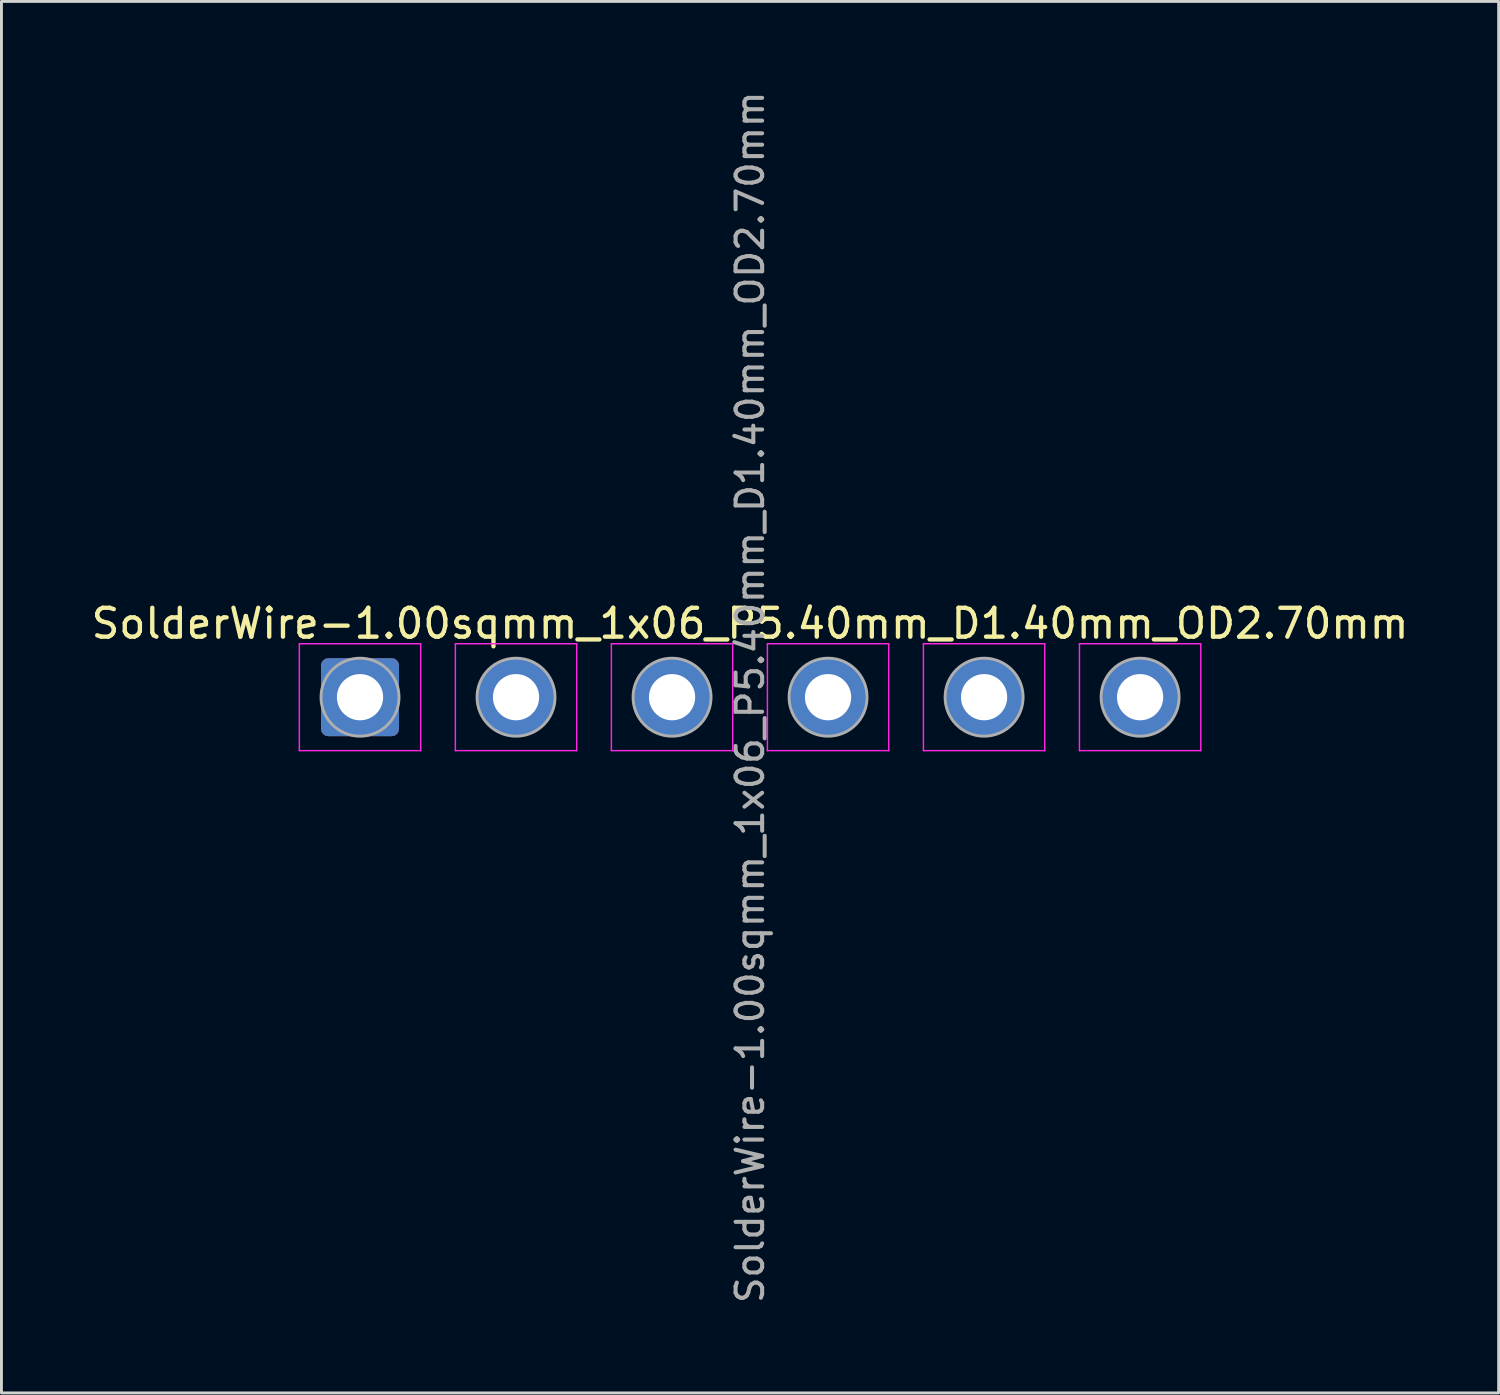
<source format=kicad_pcb>
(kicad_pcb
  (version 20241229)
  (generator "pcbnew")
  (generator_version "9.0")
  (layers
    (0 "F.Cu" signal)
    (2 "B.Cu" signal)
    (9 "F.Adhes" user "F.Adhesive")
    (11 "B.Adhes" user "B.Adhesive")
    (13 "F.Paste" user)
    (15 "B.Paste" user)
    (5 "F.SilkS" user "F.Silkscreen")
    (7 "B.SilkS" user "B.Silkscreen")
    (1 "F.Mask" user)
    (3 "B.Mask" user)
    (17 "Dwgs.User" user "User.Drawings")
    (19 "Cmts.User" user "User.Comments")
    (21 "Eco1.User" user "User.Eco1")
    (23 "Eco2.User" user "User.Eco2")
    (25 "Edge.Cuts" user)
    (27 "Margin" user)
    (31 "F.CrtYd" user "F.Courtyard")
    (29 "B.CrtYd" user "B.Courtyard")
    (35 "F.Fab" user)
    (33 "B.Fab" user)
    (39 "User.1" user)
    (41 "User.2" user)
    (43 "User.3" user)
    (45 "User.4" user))
  (footprint "SolderWire-1.00sqmm_1x06_P5.40mm_D1.40mm_OD2.70mm"
    (layer "F.Cu")
    (at 9.411 21.081)
    (property "Reference" "SolderWire-1.00sqmm_1x06_P5.40mm_D1.40mm_OD2.70mm" (at 13.5 -2.55 0) (layer "F.SilkS") (effects (font (size 1 1) (thickness 0.15))))
    (attr exclude_from_pos_files exclude_from_bom)
    (fp_line (start -2.1 -1.85) (end -2.1 1.85) (stroke (width 0.05) (type solid)) (layer "F.CrtYd"))
    (fp_line (start -2.1 1.85) (end 2.1 1.85) (stroke (width 0.05) (type solid)) (layer "F.CrtYd"))
    (fp_line (start 2.1 -1.85) (end -2.1 -1.85) (stroke (width 0.05) (type solid)) (layer "F.CrtYd"))
    (fp_line (start 2.1 1.85) (end 2.1 -1.85) (stroke (width 0.05) (type solid)) (layer "F.CrtYd"))
    (fp_line (start 3.3 -1.85) (end 3.3 1.85) (stroke (width 0.05) (type solid)) (layer "F.CrtYd"))
    (fp_line (start 3.3 1.85) (end 7.5 1.85) (stroke (width 0.05) (type solid)) (layer "F.CrtYd"))
    (fp_line (start 7.5 -1.85) (end 3.3 -1.85) (stroke (width 0.05) (type solid)) (layer "F.CrtYd"))
    (fp_line (start 7.5 1.85) (end 7.5 -1.85) (stroke (width 0.05) (type solid)) (layer "F.CrtYd"))
    (fp_line (start 8.7 -1.85) (end 8.7 1.85) (stroke (width 0.05) (type solid)) (layer "F.CrtYd"))
    (fp_line (start 8.7 1.85) (end 12.9 1.85) (stroke (width 0.05) (type solid)) (layer "F.CrtYd"))
    (fp_line (start 12.9 -1.85) (end 8.7 -1.85) (stroke (width 0.05) (type solid)) (layer "F.CrtYd"))
    (fp_line (start 12.9 1.85) (end 12.9 -1.85) (stroke (width 0.05) (type solid)) (layer "F.CrtYd"))
    (fp_line (start 14.1 -1.85) (end 14.1 1.85) (stroke (width 0.05) (type solid)) (layer "F.CrtYd"))
    (fp_line (start 14.1 1.85) (end 18.3 1.85) (stroke (width 0.05) (type solid)) (layer "F.CrtYd"))
    (fp_line (start 18.3 -1.85) (end 14.1 -1.85) (stroke (width 0.05) (type solid)) (layer "F.CrtYd"))
    (fp_line (start 18.3 1.85) (end 18.3 -1.85) (stroke (width 0.05) (type solid)) (layer "F.CrtYd"))
    (fp_line (start 19.5 -1.85) (end 19.5 1.85) (stroke (width 0.05) (type solid)) (layer "F.CrtYd"))
    (fp_line (start 19.5 1.85) (end 23.7 1.85) (stroke (width 0.05) (type solid)) (layer "F.CrtYd"))
    (fp_line (start 23.7 -1.85) (end 19.5 -1.85) (stroke (width 0.05) (type solid)) (layer "F.CrtYd"))
    (fp_line (start 23.7 1.85) (end 23.7 -1.85) (stroke (width 0.05) (type solid)) (layer "F.CrtYd"))
    (fp_line (start 24.9 -1.85) (end 24.9 1.85) (stroke (width 0.05) (type solid)) (layer "F.CrtYd"))
    (fp_line (start 24.9 1.85) (end 29.1 1.85) (stroke (width 0.05) (type solid)) (layer "F.CrtYd"))
    (fp_line (start 29.1 -1.85) (end 24.9 -1.85) (stroke (width 0.05) (type solid)) (layer "F.CrtYd"))
    (fp_line (start 29.1 1.85) (end 29.1 -1.85) (stroke (width 0.05) (type solid)) (layer "F.CrtYd"))
    (fp_circle (center 0 0) (end 1.35 0) (stroke (width 0.1) (type solid)) (fill no) (layer "F.Fab"))
    (fp_circle (center 5.4 0) (end 6.75 0) (stroke (width 0.1) (type solid)) (fill no) (layer "F.Fab"))
    (fp_circle (center 10.8 0) (end 12.15 0) (stroke (width 0.1) (type solid)) (fill no) (layer "F.Fab"))
    (fp_circle (center 16.2 0) (end 17.55 0) (stroke (width 0.1) (type solid)) (fill no) (layer "F.Fab"))
    (fp_circle (center 21.6 0) (end 22.95 0) (stroke (width 0.1) (type solid)) (fill no) (layer "F.Fab"))
    (fp_circle (center 27 0) (end 28.35 0) (stroke (width 0.1) (type solid)) (fill no) (layer "F.Fab"))
    (fp_text user "${REFERENCE}" (at 13.5 0 90) (layer "F.Fab") (effects (font (size 0.92 0.92) (thickness 0.14))))
    (pad "1" thru_hole roundrect (at 0 0) (size 2.7 2.7) (drill 1.6) (layers "*.Cu" "*.Mask") (roundrect_rratio 0.093))
    (pad "2" thru_hole circle (at 5.4 0) (size 2.7 2.7) (drill 1.6) (layers "*.Cu" "*.Mask"))
    (pad "3" thru_hole circle (at 10.8 0) (size 2.7 2.7) (drill 1.6) (layers "*.Cu" "*.Mask"))
    (pad "4" thru_hole circle (at 16.2 0) (size 2.7 2.7) (drill 1.6) (layers "*.Cu" "*.Mask"))
    (pad "5" thru_hole circle (at 21.6 0) (size 2.7 2.7) (drill 1.6) (layers "*.Cu" "*.Mask"))
    (pad "6" thru_hole circle (at 27 0) (size 2.7 2.7) (drill 1.6) (layers "*.Cu" "*.Mask")))
  (gr_rect
    (start -3 -3)
    (end 48.821 45.162)
    (stroke (width 0.1) (type default))
    (fill no)
    (layer "Edge.Cuts")))
</source>
